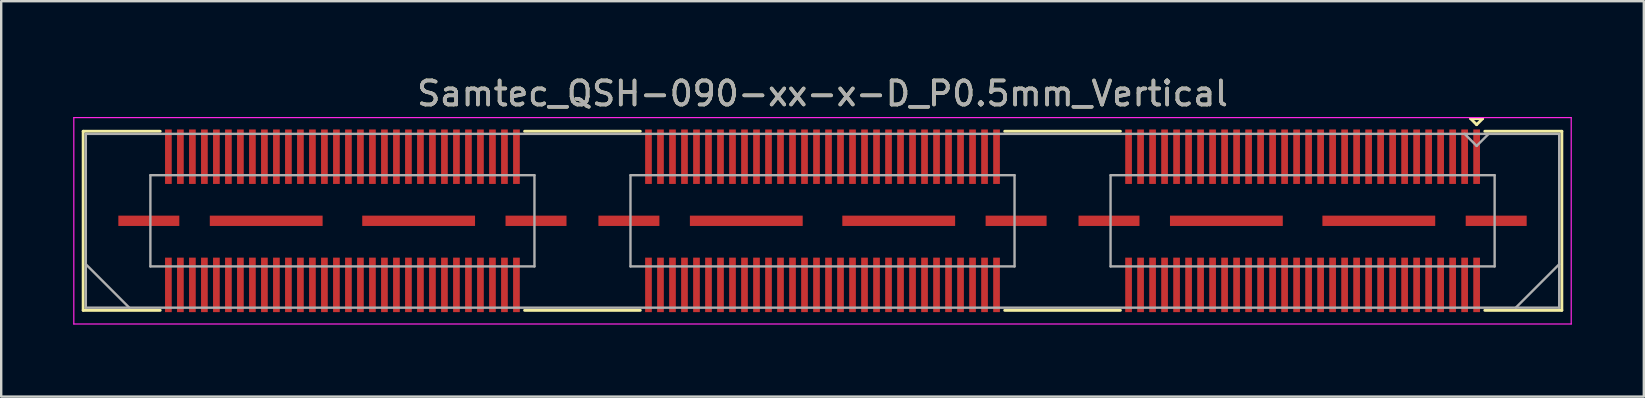
<source format=kicad_pcb>
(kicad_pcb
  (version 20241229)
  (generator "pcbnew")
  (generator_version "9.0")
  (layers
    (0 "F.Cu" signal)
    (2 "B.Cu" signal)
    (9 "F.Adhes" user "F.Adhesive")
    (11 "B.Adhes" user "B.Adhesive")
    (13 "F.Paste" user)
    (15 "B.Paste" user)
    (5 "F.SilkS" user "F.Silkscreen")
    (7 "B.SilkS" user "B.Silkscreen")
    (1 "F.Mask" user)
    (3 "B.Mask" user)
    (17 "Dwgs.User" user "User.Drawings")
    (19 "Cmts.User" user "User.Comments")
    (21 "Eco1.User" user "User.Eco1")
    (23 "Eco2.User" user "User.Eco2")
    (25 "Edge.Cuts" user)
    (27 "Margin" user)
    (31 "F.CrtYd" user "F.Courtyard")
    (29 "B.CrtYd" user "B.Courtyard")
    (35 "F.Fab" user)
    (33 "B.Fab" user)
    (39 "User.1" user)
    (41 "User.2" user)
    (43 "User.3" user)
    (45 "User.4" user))
  (footprint "Samtec_QSH-090-xx-x-D_P0.5mm_Vertical"
    (layer "F.Cu")
    (at 31.215 6.148)
    (property "Reference" "Samtec_QSH-090-xx-x-D_P0.5mm_Vertical" (at 0 -5.3 0) (layer "F.SilkS") (effects (font (size 1 1) (thickness 0.15))))
    (attr smd)
    (fp_line (start -30.8 -3.73) (end -27.59 -3.73) (stroke (width 0.12) (type solid)) (layer "F.SilkS"))
    (fp_line (start -30.8 3.73) (end -30.8 -3.73) (stroke (width 0.12) (type solid)) (layer "F.SilkS"))
    (fp_line (start -27.59 3.73) (end -30.8 3.73) (stroke (width 0.12) (type solid)) (layer "F.SilkS"))
    (fp_line (start -7.59 -3.73) (end -12.411 -3.73) (stroke (width 0.12) (type solid)) (layer "F.SilkS"))
    (fp_line (start -7.59 3.73) (end -12.411 3.73) (stroke (width 0.12) (type solid)) (layer "F.SilkS"))
    (fp_line (start 12.411 -3.73) (end 7.59 -3.73) (stroke (width 0.12) (type solid)) (layer "F.SilkS"))
    (fp_line (start 12.411 3.73) (end 7.59 3.73) (stroke (width 0.12) (type solid)) (layer "F.SilkS"))
    (fp_line (start 27 -4.255) (end 27.5 -4.255) (stroke (width 0.12) (type solid)) (layer "F.SilkS"))
    (fp_line (start 27.25 -4.005) (end 27 -4.255) (stroke (width 0.12) (type solid)) (layer "F.SilkS"))
    (fp_line (start 27.5 -4.255) (end 27.25 -4.005) (stroke (width 0.12) (type solid)) (layer "F.SilkS"))
    (fp_line (start 27.59 3.73) (end 30.8 3.73) (stroke (width 0.12) (type solid)) (layer "F.SilkS"))
    (fp_line (start 30.8 -3.73) (end 27.59 -3.73) (stroke (width 0.12) (type solid)) (layer "F.SilkS"))
    (fp_line (start 30.8 3.73) (end 30.8 -3.73) (stroke (width 0.12) (type solid)) (layer "F.SilkS"))
    (fp_line (start -31.19 -4.3) (end -31.19 4.3) (stroke (width 0.05) (type solid)) (layer "F.CrtYd"))
    (fp_line (start -31.19 4.3) (end 31.19 4.3) (stroke (width 0.05) (type solid)) (layer "F.CrtYd"))
    (fp_line (start 31.19 -4.3) (end -31.19 -4.3) (stroke (width 0.05) (type solid)) (layer "F.CrtYd"))
    (fp_line (start 31.19 4.3) (end 31.19 -4.3) (stroke (width 0.05) (type solid)) (layer "F.CrtYd"))
    (fp_line (start -30.69 -3.62) (end -30.69 3.62) (stroke (width 0.1) (type solid)) (layer "F.Fab"))
    (fp_line (start -30.69 1.81) (end -28.88 3.62) (stroke (width 0.1) (type solid)) (layer "F.Fab"))
    (fp_line (start -30.69 3.62) (end 30.69 3.62) (stroke (width 0.1) (type solid)) (layer "F.Fab"))
    (fp_line (start -28 -1.9) (end -28 1.9) (stroke (width 0.1) (type solid)) (layer "F.Fab"))
    (fp_line (start -28 1.9) (end -12 1.9) (stroke (width 0.1) (type solid)) (layer "F.Fab"))
    (fp_line (start -12 -1.9) (end -28 -1.9) (stroke (width 0.1) (type solid)) (layer "F.Fab"))
    (fp_line (start -12 1.9) (end -12 -1.9) (stroke (width 0.1) (type solid)) (layer "F.Fab"))
    (fp_line (start -8 -1.9) (end -8 1.9) (stroke (width 0.1) (type solid)) (layer "F.Fab"))
    (fp_line (start -8 1.9) (end 8 1.9) (stroke (width 0.1) (type solid)) (layer "F.Fab"))
    (fp_line (start 8 -1.9) (end -8 -1.9) (stroke (width 0.1) (type solid)) (layer "F.Fab"))
    (fp_line (start 8 1.9) (end 8 -1.9) (stroke (width 0.1) (type solid)) (layer "F.Fab"))
    (fp_line (start 12 -1.9) (end 12 1.9) (stroke (width 0.1) (type solid)) (layer "F.Fab"))
    (fp_line (start 12 1.9) (end 28 1.9) (stroke (width 0.1) (type solid)) (layer "F.Fab"))
    (fp_line (start 27.25 -3.12) (end 26.75 -3.62) (stroke (width 0.1) (type solid)) (layer "F.Fab"))
    (fp_line (start 27.75 -3.62) (end 27.25 -3.12) (stroke (width 0.1) (type solid)) (layer "F.Fab"))
    (fp_line (start 28 -1.9) (end 12 -1.9) (stroke (width 0.1) (type solid)) (layer "F.Fab"))
    (fp_line (start 28 1.9) (end 28 -1.9) (stroke (width 0.1) (type solid)) (layer "F.Fab"))
    (fp_line (start 30.69 -3.62) (end -30.69 -3.62) (stroke (width 0.1) (type solid)) (layer "F.Fab"))
    (fp_line (start 30.69 1.81) (end 28.88 3.62) (stroke (width 0.1) (type solid)) (layer "F.Fab"))
    (fp_line (start 30.69 3.62) (end 30.69 -3.62) (stroke (width 0.1) (type solid)) (layer "F.Fab"))
    (fp_text user "${REFERENCE}" (at 0 -5.3 0) (layer "F.Fab") (effects (font (size 1 1) (thickness 0.15))))
    (pad "1" smd rect (at 27.25 -2.67) (size 0.279 2.27) (layers "F.Cu" "F.Mask" "F.Paste"))
    (pad "2" smd rect (at 27.25 2.67) (size 0.279 2.27) (layers "F.Cu" "F.Mask" "F.Paste"))
    (pad "3" smd rect (at 26.75 -2.67) (size 0.279 2.27) (layers "F.Cu" "F.Mask" "F.Paste"))
    (pad "4" smd rect (at 26.75 2.67) (size 0.279 2.27) (layers "F.Cu" "F.Mask" "F.Paste"))
    (pad "5" smd rect (at 26.25 -2.67) (size 0.279 2.27) (layers "F.Cu" "F.Mask" "F.Paste"))
    (pad "6" smd rect (at 26.25 2.67) (size 0.279 2.27) (layers "F.Cu" "F.Mask" "F.Paste"))
    (pad "7" smd rect (at 25.75 -2.67) (size 0.279 2.27) (layers "F.Cu" "F.Mask" "F.Paste"))
    (pad "8" smd rect (at 25.75 2.67) (size 0.279 2.27) (layers "F.Cu" "F.Mask" "F.Paste"))
    (pad "9" smd rect (at 25.25 -2.67) (size 0.279 2.27) (layers "F.Cu" "F.Mask" "F.Paste"))
    (pad "10" smd rect (at 25.25 2.67) (size 0.279 2.27) (layers "F.Cu" "F.Mask" "F.Paste"))
    (pad "11" smd rect (at 24.75 -2.67) (size 0.279 2.27) (layers "F.Cu" "F.Mask" "F.Paste"))
    (pad "12" smd rect (at 24.75 2.67) (size 0.279 2.27) (layers "F.Cu" "F.Mask" "F.Paste"))
    (pad "13" smd rect (at 24.25 -2.67) (size 0.279 2.27) (layers "F.Cu" "F.Mask" "F.Paste"))
    (pad "14" smd rect (at 24.25 2.67) (size 0.279 2.27) (layers "F.Cu" "F.Mask" "F.Paste"))
    (pad "15" smd rect (at 23.75 -2.67) (size 0.279 2.27) (layers "F.Cu" "F.Mask" "F.Paste"))
    (pad "16" smd rect (at 23.75 2.67) (size 0.279 2.27) (layers "F.Cu" "F.Mask" "F.Paste"))
    (pad "17" smd rect (at 23.25 -2.67) (size 0.279 2.27) (layers "F.Cu" "F.Mask" "F.Paste"))
    (pad "18" smd rect (at 23.25 2.67) (size 0.279 2.27) (layers "F.Cu" "F.Mask" "F.Paste"))
    (pad "19" smd rect (at 22.75 -2.67) (size 0.279 2.27) (layers "F.Cu" "F.Mask" "F.Paste"))
    (pad "20" smd rect (at 22.75 2.67) (size 0.279 2.27) (layers "F.Cu" "F.Mask" "F.Paste"))
    (pad "21" smd rect (at 22.25 -2.67) (size 0.279 2.27) (layers "F.Cu" "F.Mask" "F.Paste"))
    (pad "22" smd rect (at 22.25 2.67) (size 0.279 2.27) (layers "F.Cu" "F.Mask" "F.Paste"))
    (pad "23" smd rect (at 21.75 -2.67) (size 0.279 2.27) (layers "F.Cu" "F.Mask" "F.Paste"))
    (pad "24" smd rect (at 21.75 2.67) (size 0.279 2.27) (layers "F.Cu" "F.Mask" "F.Paste"))
    (pad "25" smd rect (at 21.25 -2.67) (size 0.279 2.27) (layers "F.Cu" "F.Mask" "F.Paste"))
    (pad "26" smd rect (at 21.25 2.67) (size 0.279 2.27) (layers "F.Cu" "F.Mask" "F.Paste"))
    (pad "27" smd rect (at 20.75 -2.67) (size 0.279 2.27) (layers "F.Cu" "F.Mask" "F.Paste"))
    (pad "28" smd rect (at 20.75 2.67) (size 0.279 2.27) (layers "F.Cu" "F.Mask" "F.Paste"))
    (pad "29" smd rect (at 20.25 -2.67) (size 0.279 2.27) (layers "F.Cu" "F.Mask" "F.Paste"))
    (pad "30" smd rect (at 20.25 2.67) (size 0.279 2.27) (layers "F.Cu" "F.Mask" "F.Paste"))
    (pad "31" smd rect (at 19.75 -2.67) (size 0.279 2.27) (layers "F.Cu" "F.Mask" "F.Paste"))
    (pad "32" smd rect (at 19.75 2.67) (size 0.279 2.27) (layers "F.Cu" "F.Mask" "F.Paste"))
    (pad "33" smd rect (at 19.25 -2.67) (size 0.279 2.27) (layers "F.Cu" "F.Mask" "F.Paste"))
    (pad "34" smd rect (at 19.25 2.67) (size 0.279 2.27) (layers "F.Cu" "F.Mask" "F.Paste"))
    (pad "35" smd rect (at 18.75 -2.67) (size 0.279 2.27) (layers "F.Cu" "F.Mask" "F.Paste"))
    (pad "36" smd rect (at 18.75 2.67) (size 0.279 2.27) (layers "F.Cu" "F.Mask" "F.Paste"))
    (pad "37" smd rect (at 18.25 -2.67) (size 0.279 2.27) (layers "F.Cu" "F.Mask" "F.Paste"))
    (pad "38" smd rect (at 18.25 2.67) (size 0.279 2.27) (layers "F.Cu" "F.Mask" "F.Paste"))
    (pad "39" smd rect (at 17.75 -2.67) (size 0.279 2.27) (layers "F.Cu" "F.Mask" "F.Paste"))
    (pad "40" smd rect (at 17.75 2.67) (size 0.279 2.27) (layers "F.Cu" "F.Mask" "F.Paste"))
    (pad "41" smd rect (at 17.25 -2.67) (size 0.279 2.27) (layers "F.Cu" "F.Mask" "F.Paste"))
    (pad "42" smd rect (at 17.25 2.67) (size 0.279 2.27) (layers "F.Cu" "F.Mask" "F.Paste"))
    (pad "43" smd rect (at 16.75 -2.67) (size 0.279 2.27) (layers "F.Cu" "F.Mask" "F.Paste"))
    (pad "44" smd rect (at 16.75 2.67) (size 0.279 2.27) (layers "F.Cu" "F.Mask" "F.Paste"))
    (pad "45" smd rect (at 16.25 -2.67) (size 0.279 2.27) (layers "F.Cu" "F.Mask" "F.Paste"))
    (pad "46" smd rect (at 16.25 2.67) (size 0.279 2.27) (layers "F.Cu" "F.Mask" "F.Paste"))
    (pad "47" smd rect (at 15.75 -2.67) (size 0.279 2.27) (layers "F.Cu" "F.Mask" "F.Paste"))
    (pad "48" smd rect (at 15.75 2.67) (size 0.279 2.27) (layers "F.Cu" "F.Mask" "F.Paste"))
    (pad "49" smd rect (at 15.25 -2.67) (size 0.279 2.27) (layers "F.Cu" "F.Mask" "F.Paste"))
    (pad "50" smd rect (at 15.25 2.67) (size 0.279 2.27) (layers "F.Cu" "F.Mask" "F.Paste"))
    (pad "51" smd rect (at 14.75 -2.67) (size 0.279 2.27) (layers "F.Cu" "F.Mask" "F.Paste"))
    (pad "52" smd rect (at 14.75 2.67) (size 0.279 2.27) (layers "F.Cu" "F.Mask" "F.Paste"))
    (pad "53" smd rect (at 14.25 -2.67) (size 0.279 2.27) (layers "F.Cu" "F.Mask" "F.Paste"))
    (pad "54" smd rect (at 14.25 2.67) (size 0.279 2.27) (layers "F.Cu" "F.Mask" "F.Paste"))
    (pad "55" smd rect (at 13.75 -2.67) (size 0.279 2.27) (layers "F.Cu" "F.Mask" "F.Paste"))
    (pad "56" smd rect (at 13.75 2.67) (size 0.279 2.27) (layers "F.Cu" "F.Mask" "F.Paste"))
    (pad "57" smd rect (at 13.25 -2.67) (size 0.279 2.27) (layers "F.Cu" "F.Mask" "F.Paste"))
    (pad "58" smd rect (at 13.25 2.67) (size 0.279 2.27) (layers "F.Cu" "F.Mask" "F.Paste"))
    (pad "59" smd rect (at 12.75 -2.67) (size 0.279 2.27) (layers "F.Cu" "F.Mask" "F.Paste"))
    (pad "60" smd rect (at 12.75 2.67) (size 0.279 2.27) (layers "F.Cu" "F.Mask" "F.Paste"))
    (pad "61" smd rect (at 7.25 -2.67) (size 0.279 2.27) (layers "F.Cu" "F.Mask" "F.Paste"))
    (pad "62" smd rect (at 7.25 2.67) (size 0.279 2.27) (layers "F.Cu" "F.Mask" "F.Paste"))
    (pad "63" smd rect (at 6.75 -2.67) (size 0.279 2.27) (layers "F.Cu" "F.Mask" "F.Paste"))
    (pad "64" smd rect (at 6.75 2.67) (size 0.279 2.27) (layers "F.Cu" "F.Mask" "F.Paste"))
    (pad "65" smd rect (at 6.25 -2.67) (size 0.279 2.27) (layers "F.Cu" "F.Mask" "F.Paste"))
    (pad "66" smd rect (at 6.25 2.67) (size 0.279 2.27) (layers "F.Cu" "F.Mask" "F.Paste"))
    (pad "67" smd rect (at 5.75 -2.67) (size 0.279 2.27) (layers "F.Cu" "F.Mask" "F.Paste"))
    (pad "68" smd rect (at 5.75 2.67) (size 0.279 2.27) (layers "F.Cu" "F.Mask" "F.Paste"))
    (pad "69" smd rect (at 5.25 -2.67) (size 0.279 2.27) (layers "F.Cu" "F.Mask" "F.Paste"))
    (pad "70" smd rect (at 5.25 2.67) (size 0.279 2.27) (layers "F.Cu" "F.Mask" "F.Paste"))
    (pad "71" smd rect (at 4.75 -2.67) (size 0.279 2.27) (layers "F.Cu" "F.Mask" "F.Paste"))
    (pad "72" smd rect (at 4.75 2.67) (size 0.279 2.27) (layers "F.Cu" "F.Mask" "F.Paste"))
    (pad "73" smd rect (at 4.25 -2.67) (size 0.279 2.27) (layers "F.Cu" "F.Mask" "F.Paste"))
    (pad "74" smd rect (at 4.25 2.67) (size 0.279 2.27) (layers "F.Cu" "F.Mask" "F.Paste"))
    (pad "75" smd rect (at 3.75 -2.67) (size 0.279 2.27) (layers "F.Cu" "F.Mask" "F.Paste"))
    (pad "76" smd rect (at 3.75 2.67) (size 0.279 2.27) (layers "F.Cu" "F.Mask" "F.Paste"))
    (pad "77" smd rect (at 3.25 -2.67) (size 0.279 2.27) (layers "F.Cu" "F.Mask" "F.Paste"))
    (pad "78" smd rect (at 3.25 2.67) (size 0.279 2.27) (layers "F.Cu" "F.Mask" "F.Paste"))
    (pad "79" smd rect (at 2.75 -2.67) (size 0.279 2.27) (layers "F.Cu" "F.Mask" "F.Paste"))
    (pad "80" smd rect (at 2.75 2.67) (size 0.279 2.27) (layers "F.Cu" "F.Mask" "F.Paste"))
    (pad "81" smd rect (at 2.25 -2.67) (size 0.279 2.27) (layers "F.Cu" "F.Mask" "F.Paste"))
    (pad "82" smd rect (at 2.25 2.67) (size 0.279 2.27) (layers "F.Cu" "F.Mask" "F.Paste"))
    (pad "83" smd rect (at 1.75 -2.67) (size 0.279 2.27) (layers "F.Cu" "F.Mask" "F.Paste"))
    (pad "84" smd rect (at 1.75 2.67) (size 0.279 2.27) (layers "F.Cu" "F.Mask" "F.Paste"))
    (pad "85" smd rect (at 1.25 -2.67) (size 0.279 2.27) (layers "F.Cu" "F.Mask" "F.Paste"))
    (pad "86" smd rect (at 1.25 2.67) (size 0.279 2.27) (layers "F.Cu" "F.Mask" "F.Paste"))
    (pad "87" smd rect (at 0.75 -2.67) (size 0.279 2.27) (layers "F.Cu" "F.Mask" "F.Paste"))
    (pad "88" smd rect (at 0.75 2.67) (size 0.279 2.27) (layers "F.Cu" "F.Mask" "F.Paste"))
    (pad "89" smd rect (at 0.25 -2.67) (size 0.279 2.27) (layers "F.Cu" "F.Mask" "F.Paste"))
    (pad "90" smd rect (at 0.25 2.67) (size 0.279 2.27) (layers "F.Cu" "F.Mask" "F.Paste"))
    (pad "91" smd rect (at -0.25 -2.67) (size 0.279 2.27) (layers "F.Cu" "F.Mask" "F.Paste"))
    (pad "92" smd rect (at -0.25 2.67) (size 0.279 2.27) (layers "F.Cu" "F.Mask" "F.Paste"))
    (pad "93" smd rect (at -0.75 -2.67) (size 0.279 2.27) (layers "F.Cu" "F.Mask" "F.Paste"))
    (pad "94" smd rect (at -0.75 2.67) (size 0.279 2.27) (layers "F.Cu" "F.Mask" "F.Paste"))
    (pad "95" smd rect (at -1.25 -2.67) (size 0.279 2.27) (layers "F.Cu" "F.Mask" "F.Paste"))
    (pad "96" smd rect (at -1.25 2.67) (size 0.279 2.27) (layers "F.Cu" "F.Mask" "F.Paste"))
    (pad "97" smd rect (at -1.75 -2.67) (size 0.279 2.27) (layers "F.Cu" "F.Mask" "F.Paste"))
    (pad "98" smd rect (at -1.75 2.67) (size 0.279 2.27) (layers "F.Cu" "F.Mask" "F.Paste"))
    (pad "99" smd rect (at -2.25 -2.67) (size 0.279 2.27) (layers "F.Cu" "F.Mask" "F.Paste"))
    (pad "100" smd rect (at -2.25 2.67) (size 0.279 2.27) (layers "F.Cu" "F.Mask" "F.Paste"))
    (pad "101" smd rect (at -2.75 -2.67) (size 0.279 2.27) (layers "F.Cu" "F.Mask" "F.Paste"))
    (pad "102" smd rect (at -2.75 2.67) (size 0.279 2.27) (layers "F.Cu" "F.Mask" "F.Paste"))
    (pad "103" smd rect (at -3.25 -2.67) (size 0.279 2.27) (layers "F.Cu" "F.Mask" "F.Paste"))
    (pad "104" smd rect (at -3.25 2.67) (size 0.279 2.27) (layers "F.Cu" "F.Mask" "F.Paste"))
    (pad "105" smd rect (at -3.75 -2.67) (size 0.279 2.27) (layers "F.Cu" "F.Mask" "F.Paste"))
    (pad "106" smd rect (at -3.75 2.67) (size 0.279 2.27) (layers "F.Cu" "F.Mask" "F.Paste"))
    (pad "107" smd rect (at -4.25 -2.67) (size 0.279 2.27) (layers "F.Cu" "F.Mask" "F.Paste"))
    (pad "108" smd rect (at -4.25 2.67) (size 0.279 2.27) (layers "F.Cu" "F.Mask" "F.Paste"))
    (pad "109" smd rect (at -4.75 -2.67) (size 0.279 2.27) (layers "F.Cu" "F.Mask" "F.Paste"))
    (pad "110" smd rect (at -4.75 2.67) (size 0.279 2.27) (layers "F.Cu" "F.Mask" "F.Paste"))
    (pad "111" smd rect (at -5.25 -2.67) (size 0.279 2.27) (layers "F.Cu" "F.Mask" "F.Paste"))
    (pad "112" smd rect (at -5.25 2.67) (size 0.279 2.27) (layers "F.Cu" "F.Mask" "F.Paste"))
    (pad "113" smd rect (at -5.75 -2.67) (size 0.279 2.27) (layers "F.Cu" "F.Mask" "F.Paste"))
    (pad "114" smd rect (at -5.75 2.67) (size 0.279 2.27) (layers "F.Cu" "F.Mask" "F.Paste"))
    (pad "115" smd rect (at -6.25 -2.67) (size 0.279 2.27) (layers "F.Cu" "F.Mask" "F.Paste"))
    (pad "116" smd rect (at -6.25 2.67) (size 0.279 2.27) (layers "F.Cu" "F.Mask" "F.Paste"))
    (pad "117" smd rect (at -6.75 -2.67) (size 0.279 2.27) (layers "F.Cu" "F.Mask" "F.Paste"))
    (pad "118" smd rect (at -6.75 2.67) (size 0.279 2.27) (layers "F.Cu" "F.Mask" "F.Paste"))
    (pad "119" smd rect (at -7.25 -2.67) (size 0.279 2.27) (layers "F.Cu" "F.Mask" "F.Paste"))
    (pad "120" smd rect (at -7.25 2.67) (size 0.279 2.27) (layers "F.Cu" "F.Mask" "F.Paste"))
    (pad "121" smd rect (at -12.75 -2.67) (size 0.279 2.27) (layers "F.Cu" "F.Mask" "F.Paste"))
    (pad "122" smd rect (at -12.75 2.67) (size 0.279 2.27) (layers "F.Cu" "F.Mask" "F.Paste"))
    (pad "123" smd rect (at -13.25 -2.67) (size 0.279 2.27) (layers "F.Cu" "F.Mask" "F.Paste"))
    (pad "124" smd rect (at -13.25 2.67) (size 0.279 2.27) (layers "F.Cu" "F.Mask" "F.Paste"))
    (pad "125" smd rect (at -13.75 -2.67) (size 0.279 2.27) (layers "F.Cu" "F.Mask" "F.Paste"))
    (pad "126" smd rect (at -13.75 2.67) (size 0.279 2.27) (layers "F.Cu" "F.Mask" "F.Paste"))
    (pad "127" smd rect (at -14.25 -2.67) (size 0.279 2.27) (layers "F.Cu" "F.Mask" "F.Paste"))
    (pad "128" smd rect (at -14.25 2.67) (size 0.279 2.27) (layers "F.Cu" "F.Mask" "F.Paste"))
    (pad "129" smd rect (at -14.75 -2.67) (size 0.279 2.27) (layers "F.Cu" "F.Mask" "F.Paste"))
    (pad "130" smd rect (at -14.75 2.67) (size 0.279 2.27) (layers "F.Cu" "F.Mask" "F.Paste"))
    (pad "131" smd rect (at -15.25 -2.67) (size 0.279 2.27) (layers "F.Cu" "F.Mask" "F.Paste"))
    (pad "132" smd rect (at -15.25 2.67) (size 0.279 2.27) (layers "F.Cu" "F.Mask" "F.Paste"))
    (pad "133" smd rect (at -15.75 -2.67) (size 0.279 2.27) (layers "F.Cu" "F.Mask" "F.Paste"))
    (pad "134" smd rect (at -15.75 2.67) (size 0.279 2.27) (layers "F.Cu" "F.Mask" "F.Paste"))
    (pad "135" smd rect (at -16.25 -2.67) (size 0.279 2.27) (layers "F.Cu" "F.Mask" "F.Paste"))
    (pad "136" smd rect (at -16.25 2.67) (size 0.279 2.27) (layers "F.Cu" "F.Mask" "F.Paste"))
    (pad "137" smd rect (at -16.75 -2.67) (size 0.279 2.27) (layers "F.Cu" "F.Mask" "F.Paste"))
    (pad "138" smd rect (at -16.75 2.67) (size 0.279 2.27) (layers "F.Cu" "F.Mask" "F.Paste"))
    (pad "139" smd rect (at -17.25 -2.67) (size 0.279 2.27) (layers "F.Cu" "F.Mask" "F.Paste"))
    (pad "140" smd rect (at -17.25 2.67) (size 0.279 2.27) (layers "F.Cu" "F.Mask" "F.Paste"))
    (pad "141" smd rect (at -17.75 -2.67) (size 0.279 2.27) (layers "F.Cu" "F.Mask" "F.Paste"))
    (pad "142" smd rect (at -17.75 2.67) (size 0.279 2.27) (layers "F.Cu" "F.Mask" "F.Paste"))
    (pad "143" smd rect (at -18.25 -2.67) (size 0.279 2.27) (layers "F.Cu" "F.Mask" "F.Paste"))
    (pad "144" smd rect (at -18.25 2.67) (size 0.279 2.27) (layers "F.Cu" "F.Mask" "F.Paste"))
    (pad "145" smd rect (at -18.75 -2.67) (size 0.279 2.27) (layers "F.Cu" "F.Mask" "F.Paste"))
    (pad "146" smd rect (at -18.75 2.67) (size 0.279 2.27) (layers "F.Cu" "F.Mask" "F.Paste"))
    (pad "147" smd rect (at -19.25 -2.67) (size 0.279 2.27) (layers "F.Cu" "F.Mask" "F.Paste"))
    (pad "148" smd rect (at -19.25 2.67) (size 0.279 2.27) (layers "F.Cu" "F.Mask" "F.Paste"))
    (pad "149" smd rect (at -19.75 -2.67) (size 0.279 2.27) (layers "F.Cu" "F.Mask" "F.Paste"))
    (pad "150" smd rect (at -19.75 2.67) (size 0.279 2.27) (layers "F.Cu" "F.Mask" "F.Paste"))
    (pad "151" smd rect (at -20.25 -2.67) (size 0.279 2.27) (layers "F.Cu" "F.Mask" "F.Paste"))
    (pad "152" smd rect (at -20.25 2.67) (size 0.279 2.27) (layers "F.Cu" "F.Mask" "F.Paste"))
    (pad "153" smd rect (at -20.75 -2.67) (size 0.279 2.27) (layers "F.Cu" "F.Mask" "F.Paste"))
    (pad "154" smd rect (at -20.75 2.67) (size 0.279 2.27) (layers "F.Cu" "F.Mask" "F.Paste"))
    (pad "155" smd rect (at -21.25 -2.67) (size 0.279 2.27) (layers "F.Cu" "F.Mask" "F.Paste"))
    (pad "156" smd rect (at -21.25 2.67) (size 0.279 2.27) (layers "F.Cu" "F.Mask" "F.Paste"))
    (pad "157" smd rect (at -21.75 -2.67) (size 0.279 2.27) (layers "F.Cu" "F.Mask" "F.Paste"))
    (pad "158" smd rect (at -21.75 2.67) (size 0.279 2.27) (layers "F.Cu" "F.Mask" "F.Paste"))
    (pad "159" smd rect (at -22.25 -2.67) (size 0.279 2.27) (layers "F.Cu" "F.Mask" "F.Paste"))
    (pad "160" smd rect (at -22.25 2.67) (size 0.279 2.27) (layers "F.Cu" "F.Mask" "F.Paste"))
    (pad "161" smd rect (at -22.75 -2.67) (size 0.279 2.27) (layers "F.Cu" "F.Mask" "F.Paste"))
    (pad "162" smd rect (at -22.75 2.67) (size 0.279 2.27) (layers "F.Cu" "F.Mask" "F.Paste"))
    (pad "163" smd rect (at -23.25 -2.67) (size 0.279 2.27) (layers "F.Cu" "F.Mask" "F.Paste"))
    (pad "164" smd rect (at -23.25 2.67) (size 0.279 2.27) (layers "F.Cu" "F.Mask" "F.Paste"))
    (pad "165" smd rect (at -23.75 -2.67) (size 0.279 2.27) (layers "F.Cu" "F.Mask" "F.Paste"))
    (pad "166" smd rect (at -23.75 2.67) (size 0.279 2.27) (layers "F.Cu" "F.Mask" "F.Paste"))
    (pad "167" smd rect (at -24.25 -2.67) (size 0.279 2.27) (layers "F.Cu" "F.Mask" "F.Paste"))
    (pad "168" smd rect (at -24.25 2.67) (size 0.279 2.27) (layers "F.Cu" "F.Mask" "F.Paste"))
    (pad "169" smd rect (at -24.75 -2.67) (size 0.279 2.27) (layers "F.Cu" "F.Mask" "F.Paste"))
    (pad "170" smd rect (at -24.75 2.67) (size 0.279 2.27) (layers "F.Cu" "F.Mask" "F.Paste"))
    (pad "171" smd rect (at -25.25 -2.67) (size 0.279 2.27) (layers "F.Cu" "F.Mask" "F.Paste"))
    (pad "172" smd rect (at -25.25 2.67) (size 0.279 2.27) (layers "F.Cu" "F.Mask" "F.Paste"))
    (pad "173" smd rect (at -25.75 -2.67) (size 0.279 2.27) (layers "F.Cu" "F.Mask" "F.Paste"))
    (pad "174" smd rect (at -25.75 2.67) (size 0.279 2.27) (layers "F.Cu" "F.Mask" "F.Paste"))
    (pad "175" smd rect (at -26.25 -2.67) (size 0.279 2.27) (layers "F.Cu" "F.Mask" "F.Paste"))
    (pad "176" smd rect (at -26.25 2.67) (size 0.279 2.27) (layers "F.Cu" "F.Mask" "F.Paste"))
    (pad "177" smd rect (at -26.75 -2.67) (size 0.279 2.27) (layers "F.Cu" "F.Mask" "F.Paste"))
    (pad "178" smd rect (at -26.75 2.67) (size 0.279 2.27) (layers "F.Cu" "F.Mask" "F.Paste"))
    (pad "179" smd rect (at -27.25 -2.67) (size 0.279 2.27) (layers "F.Cu" "F.Mask" "F.Paste"))
    (pad "180" smd rect (at -27.25 2.67) (size 0.279 2.27) (layers "F.Cu" "F.Mask" "F.Paste"))
    (pad "P1" smd rect (at 11.935 0) (size 2.54 0.43) (layers "F.Cu" "F.Mask" "F.Paste"))
    (pad "P1" smd rect (at 16.825 0) (size 4.7 0.43) (layers "F.Cu" "F.Mask" "F.Paste"))
    (pad "P1" smd rect (at 23.175 0) (size 4.7 0.43) (layers "F.Cu" "F.Mask" "F.Paste"))
    (pad "P1" smd rect (at 28.065 0) (size 2.54 0.43) (layers "F.Cu" "F.Mask" "F.Paste"))
    (pad "P2" smd rect (at -8.065 0) (size 2.54 0.43) (layers "F.Cu" "F.Mask" "F.Paste"))
    (pad "P2" smd rect (at -3.175 0) (size 4.7 0.43) (layers "F.Cu" "F.Mask" "F.Paste"))
    (pad "P2" smd rect (at 3.175 0) (size 4.7 0.43) (layers "F.Cu" "F.Mask" "F.Paste"))
    (pad "P2" smd rect (at 8.065 0) (size 2.54 0.43) (layers "F.Cu" "F.Mask" "F.Paste"))
    (pad "P3" smd rect (at -28.065 0) (size 2.54 0.43) (layers "F.Cu" "F.Mask" "F.Paste"))
    (pad "P3" smd rect (at -23.175 0) (size 4.7 0.43) (layers "F.Cu" "F.Mask" "F.Paste"))
    (pad "P3" smd rect (at -16.825 0) (size 4.7 0.43) (layers "F.Cu" "F.Mask" "F.Paste"))
    (pad "P3" smd rect (at -11.935 0) (size 2.54 0.43) (layers "F.Cu" "F.Mask" "F.Paste")))
  (gr_rect
    (start -3 -3)
    (end 65.43 13.473)
    (stroke (width 0.1) (type default))
    (fill no)
    (layer "Edge.Cuts")))
</source>
